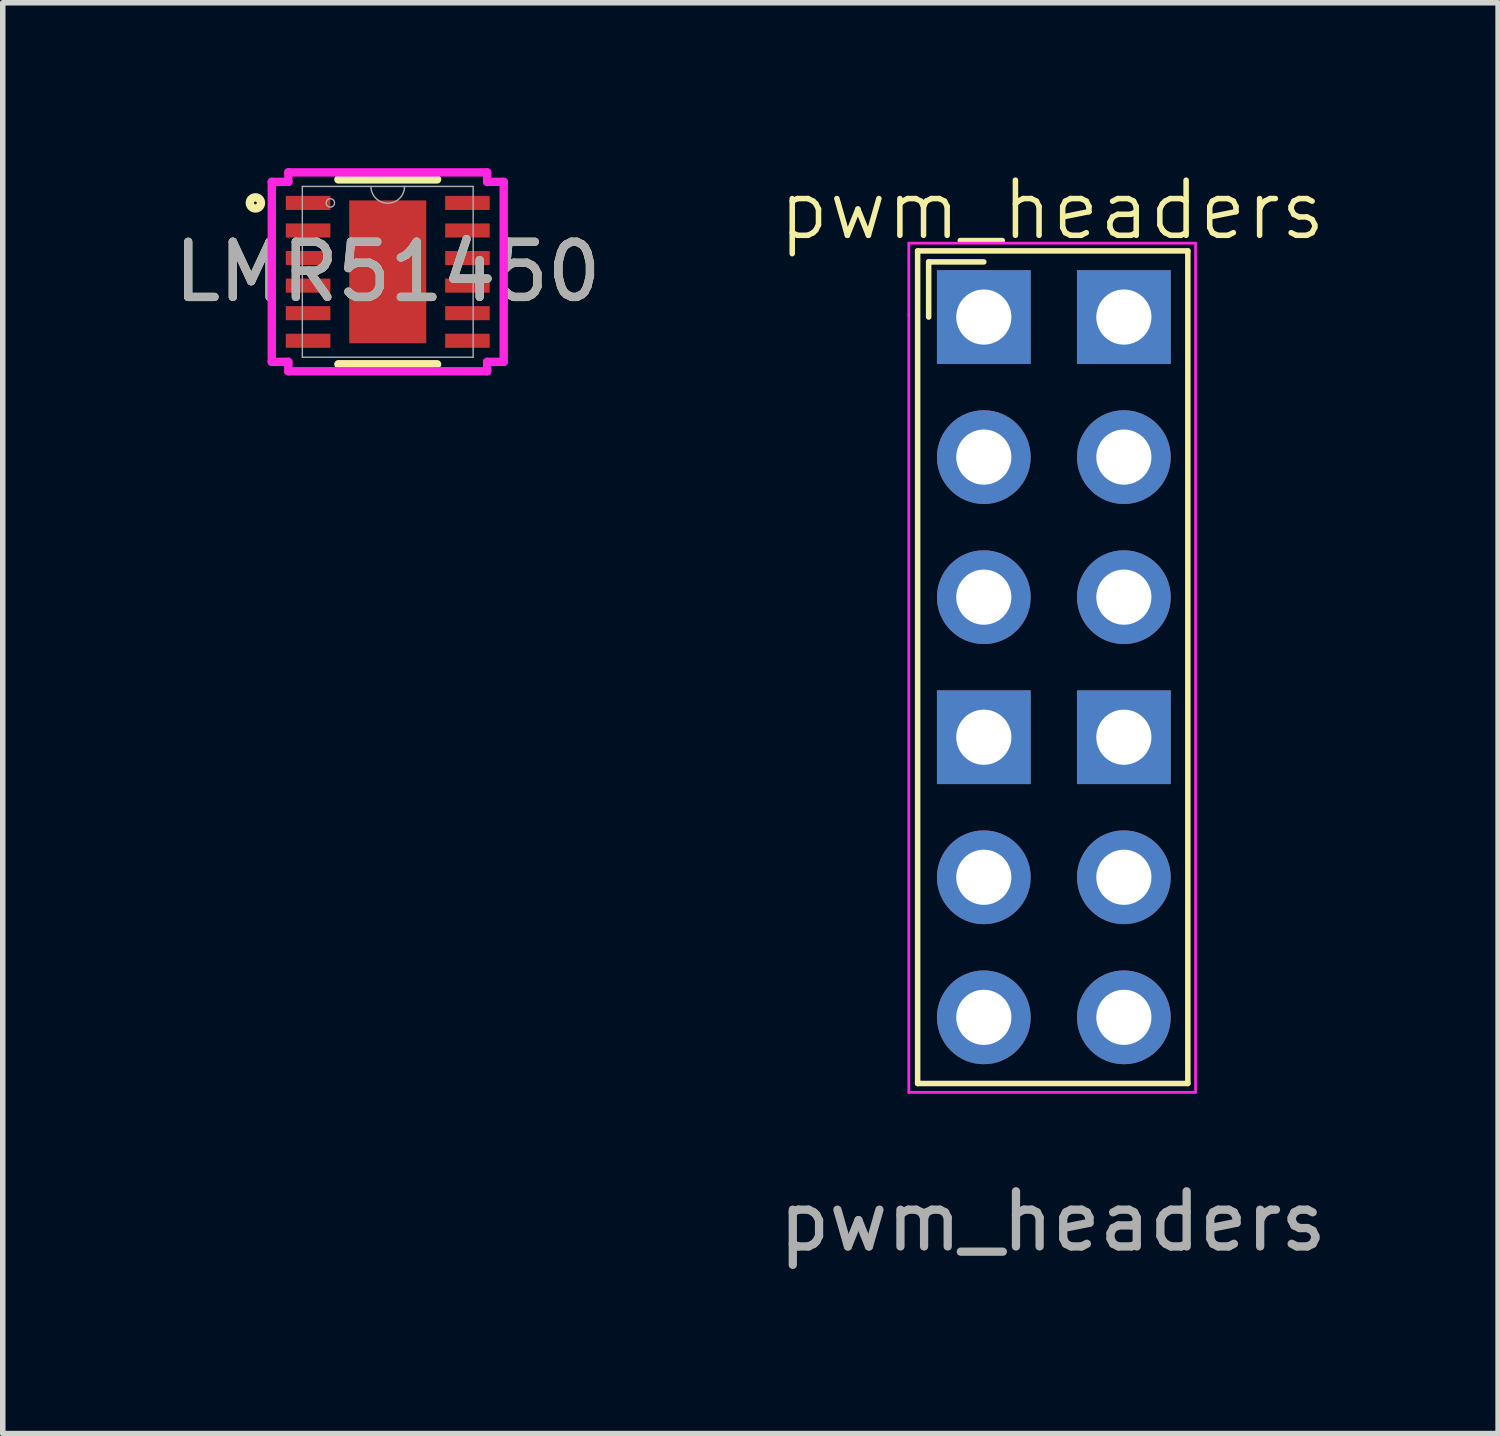
<source format=kicad_pcb>
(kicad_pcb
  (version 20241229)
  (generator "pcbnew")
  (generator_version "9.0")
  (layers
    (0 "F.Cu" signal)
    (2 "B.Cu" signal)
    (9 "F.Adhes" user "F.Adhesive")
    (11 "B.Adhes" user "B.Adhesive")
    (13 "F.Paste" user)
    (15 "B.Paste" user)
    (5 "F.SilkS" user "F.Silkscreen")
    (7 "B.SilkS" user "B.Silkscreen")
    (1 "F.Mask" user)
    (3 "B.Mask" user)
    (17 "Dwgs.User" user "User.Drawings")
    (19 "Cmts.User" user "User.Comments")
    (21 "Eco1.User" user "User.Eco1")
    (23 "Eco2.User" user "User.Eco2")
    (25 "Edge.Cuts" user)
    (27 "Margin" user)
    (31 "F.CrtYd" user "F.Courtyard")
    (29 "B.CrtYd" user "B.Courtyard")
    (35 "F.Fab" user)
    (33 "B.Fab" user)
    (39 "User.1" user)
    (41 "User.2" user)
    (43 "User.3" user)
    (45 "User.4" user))
  (footprint "LMR51450"
    (layer "F.Cu")
    (at 3.982 1.88)
    (property "Reference" "LMR51450" (at 0 0 0) (unlocked yes) (layer "F.SilkS") (effects (font (size 1 1) (thickness 0.15))))
    (attr smd)
    (fp_line (start -0.895 1.676) (end 0.895 1.676) (stroke (width 0.152) (type solid)) (layer "F.SilkS"))
    (fp_line (start 0.895 -1.676) (end -0.895 -1.676) (stroke (width 0.152) (type solid)) (layer "F.SilkS"))
    (fp_circle (center -2.4 -1.25) (end -2.299 -1.25) (stroke (width 0.152) (type solid)) (fill no) (layer "F.SilkS"))
    (fp_poly (pts (xy -0.599 -1.195) (xy -0.599 -0.1) (xy 0.599 -0.1) (xy 0.599 -1.195)) (stroke (width 0) (type solid)) (fill yes) (layer "F.Paste"))
    (fp_poly (pts (xy -0.599 0.1) (xy -0.599 1.195) (xy 0.599 1.195) (xy 0.599 0.1)) (stroke (width 0) (type solid)) (fill yes) (layer "F.Paste"))
    (fp_line (start -2.103 -1.632) (end -1.803 -1.632) (stroke (width 0.152) (type solid)) (layer "F.CrtYd"))
    (fp_line (start -2.103 1.632) (end -2.103 -1.632) (stroke (width 0.152) (type solid)) (layer "F.CrtYd"))
    (fp_line (start -2.103 1.632) (end -1.803 1.632) (stroke (width 0.152) (type solid)) (layer "F.CrtYd"))
    (fp_line (start -1.803 -1.803) (end 1.803 -1.803) (stroke (width 0.152) (type solid)) (layer "F.CrtYd"))
    (fp_line (start -1.803 -1.632) (end -1.803 -1.803) (stroke (width 0.152) (type solid)) (layer "F.CrtYd"))
    (fp_line (start -1.803 1.803) (end -1.803 1.632) (stroke (width 0.152) (type solid)) (layer "F.CrtYd"))
    (fp_line (start 1.803 -1.803) (end 1.803 -1.632) (stroke (width 0.152) (type solid)) (layer "F.CrtYd"))
    (fp_line (start 1.803 1.632) (end 1.803 1.803) (stroke (width 0.152) (type solid)) (layer "F.CrtYd"))
    (fp_line (start 1.803 1.803) (end -1.803 1.803) (stroke (width 0.152) (type solid)) (layer "F.CrtYd"))
    (fp_line (start 2.103 -1.632) (end 1.803 -1.632) (stroke (width 0.152) (type solid)) (layer "F.CrtYd"))
    (fp_line (start 2.103 -1.632) (end 2.103 1.632) (stroke (width 0.152) (type solid)) (layer "F.CrtYd"))
    (fp_line (start 2.103 1.632) (end 1.803 1.632) (stroke (width 0.152) (type solid)) (layer "F.CrtYd"))
    (fp_line (start -1.549 -1.549) (end -1.549 1.549) (stroke (width 0.025) (type solid)) (layer "F.Fab"))
    (fp_line (start -1.549 1.549) (end 1.549 1.549) (stroke (width 0.025) (type solid)) (layer "F.Fab"))
    (fp_line (start 1.549 -1.549) (end -1.549 -1.549) (stroke (width 0.025) (type solid)) (layer "F.Fab"))
    (fp_line (start 1.549 1.549) (end 1.549 -1.549) (stroke (width 0.025) (type solid)) (layer "F.Fab"))
    (fp_arc (start 0.3048 -1.5494) (mid 0 -1.2446) (end -0.3048 -1.5494) (stroke (width 0.0254) (type solid)) (layer "F.Fab"))
    (fp_circle (center -1.041 -1.25) (end -0.965 -1.25) (stroke (width 0.025) (type solid)) (fill no) (layer "F.Fab"))
    (fp_text user "${REFERENCE}" (at 0 0 0) (unlocked yes) (layer "F.Fab") (effects (font (size 1 1) (thickness 0.15))))
    (pad "1" smd rect (at -1.445 -1.25) (size 0.808 0.255) (layers "F.Cu" "F.Mask" "F.Paste"))
    (pad "2" smd rect (at -1.445 -0.75) (size 0.808 0.255) (layers "F.Cu" "F.Mask" "F.Paste"))
    (pad "3" smd rect (at -1.445 -0.25) (size 0.808 0.255) (layers "F.Cu" "F.Mask" "F.Paste"))
    (pad "4" smd rect (at -1.445 0.25) (size 0.808 0.255) (layers "F.Cu" "F.Mask" "F.Paste"))
    (pad "5" smd rect (at -1.445 0.75) (size 0.808 0.255) (layers "F.Cu" "F.Mask" "F.Paste"))
    (pad "6" smd rect (at -1.445 1.25) (size 0.808 0.255) (layers "F.Cu" "F.Mask" "F.Paste"))
    (pad "7" smd rect (at 1.445 1.25) (size 0.808 0.255) (layers "F.Cu" "F.Mask" "F.Paste"))
    (pad "8" smd rect (at 1.445 0.75) (size 0.808 0.255) (layers "F.Cu" "F.Mask" "F.Paste"))
    (pad "9" smd rect (at 1.445 0.25) (size 0.808 0.255) (layers "F.Cu" "F.Mask" "F.Paste"))
    (pad "10" smd rect (at 1.445 -0.25) (size 0.808 0.255) (layers "F.Cu" "F.Mask" "F.Paste"))
    (pad "11" smd rect (at 1.445 -0.75) (size 0.808 0.255) (layers "F.Cu" "F.Mask" "F.Paste"))
    (pad "12" smd rect (at 1.445 -1.25) (size 0.808 0.255) (layers "F.Cu" "F.Mask" "F.Paste"))
    (pad "13" smd rect (at 0 0) (size 1.397 2.591) (layers "F.Cu" "F.Mask" "F.Paste")))
  (footprint "pwm_headers"
    (layer "F.Cu")
    (at 16.032 9.06)
    (property "Reference" "pwm_headers" (at 0 -8.3 0) (unlocked yes) (layer "F.SilkS") (effects (font (size 1 1) (thickness 0.1))))
    (attr smd)
    (fp_line (start -2.44 -7.56) (end -2.44 7.54) (stroke (width 0.1) (type default)) (layer "F.SilkS"))
    (fp_line (start -2.44 -7.56) (end 2.46 -7.56) (stroke (width 0.1) (type default)) (layer "F.SilkS"))
    (fp_line (start -2.24 -6.36) (end -2.24 -7.36) (stroke (width 0.1) (type default)) (layer "F.SilkS"))
    (fp_line (start -1.24 -7.36) (end -2.24 -7.36) (stroke (width 0.1) (type default)) (layer "F.SilkS"))
    (fp_line (start 2.46 -7.56) (end 2.46 7.54) (stroke (width 0.1) (type default)) (layer "F.SilkS"))
    (fp_line (start 2.46 7.54) (end -2.44 7.54) (stroke (width 0.1) (type default)) (layer "F.SilkS"))
    (fp_line (start -2.6 -7.7) (end 2.6 -7.7) (stroke (width 0.05) (type default)) (layer "F.CrtYd"))
    (fp_line (start -2.6 -6.4) (end -2.6 -7.7) (stroke (width 0.05) (type default)) (layer "F.CrtYd"))
    (fp_line (start -2.6 7.7) (end -2.6 -6.4) (stroke (width 0.05) (type default)) (layer "F.CrtYd"))
    (fp_line (start 2.6 -7.7) (end 2.6 7.7) (stroke (width 0.05) (type default)) (layer "F.CrtYd"))
    (fp_line (start 2.6 7.7) (end -2.6 7.7) (stroke (width 0.05) (type default)) (layer "F.CrtYd"))
    (fp_text user "${REFERENCE}" (at 0.01 10.04 0) (unlocked yes) (layer "F.Fab") (effects (font (size 1 1) (thickness 0.15))))
    (pad "1" thru_hole rect (at -1.24 -6.36) (size 1.7 1.7) (drill 1) (layers "*.Cu" "*.Mask"))
    (pad "2" thru_hole circle (at -1.24 -3.82) (size 1.7 1.7) (drill 1) (layers "*.Cu" "*.Mask"))
    (pad "3" thru_hole circle (at -1.24 -1.28) (size 1.7 1.7) (drill 1) (layers "*.Cu" "*.Mask"))
    (pad "4" thru_hole rect (at 1.3 -6.36) (size 1.7 1.7) (drill 1) (layers "*.Cu" "*.Mask"))
    (pad "5" thru_hole circle (at 1.3 -3.82) (size 1.7 1.7) (drill 1) (layers "*.Cu" "*.Mask"))
    (pad "6" thru_hole circle (at 1.3 -1.28) (size 1.7 1.7) (drill 1) (layers "*.Cu" "*.Mask"))
    (pad "7" thru_hole rect (at -1.24 1.26) (size 1.7 1.7) (drill 1) (layers "*.Cu" "*.Mask"))
    (pad "8" thru_hole circle (at -1.24 3.8) (size 1.7 1.7) (drill 1) (layers "*.Cu" "*.Mask"))
    (pad "9" thru_hole circle (at -1.24 6.34) (size 1.7 1.7) (drill 1) (layers "*.Cu" "*.Mask"))
    (pad "10" thru_hole rect (at 1.3 1.26) (size 1.7 1.7) (drill 1) (layers "*.Cu" "*.Mask"))
    (pad "11" thru_hole circle (at 1.3 3.8) (size 1.7 1.7) (drill 1) (layers "*.Cu" "*.Mask"))
    (pad "12" thru_hole circle (at 1.3 6.34) (size 1.7 1.7) (drill 1) (layers "*.Cu" "*.Mask")))
  (gr_rect
    (start -3 -3)
    (end 24.119 22.949)
    (stroke (width 0.1) (type default))
    (fill no)
    (layer "Edge.Cuts")))
</source>
